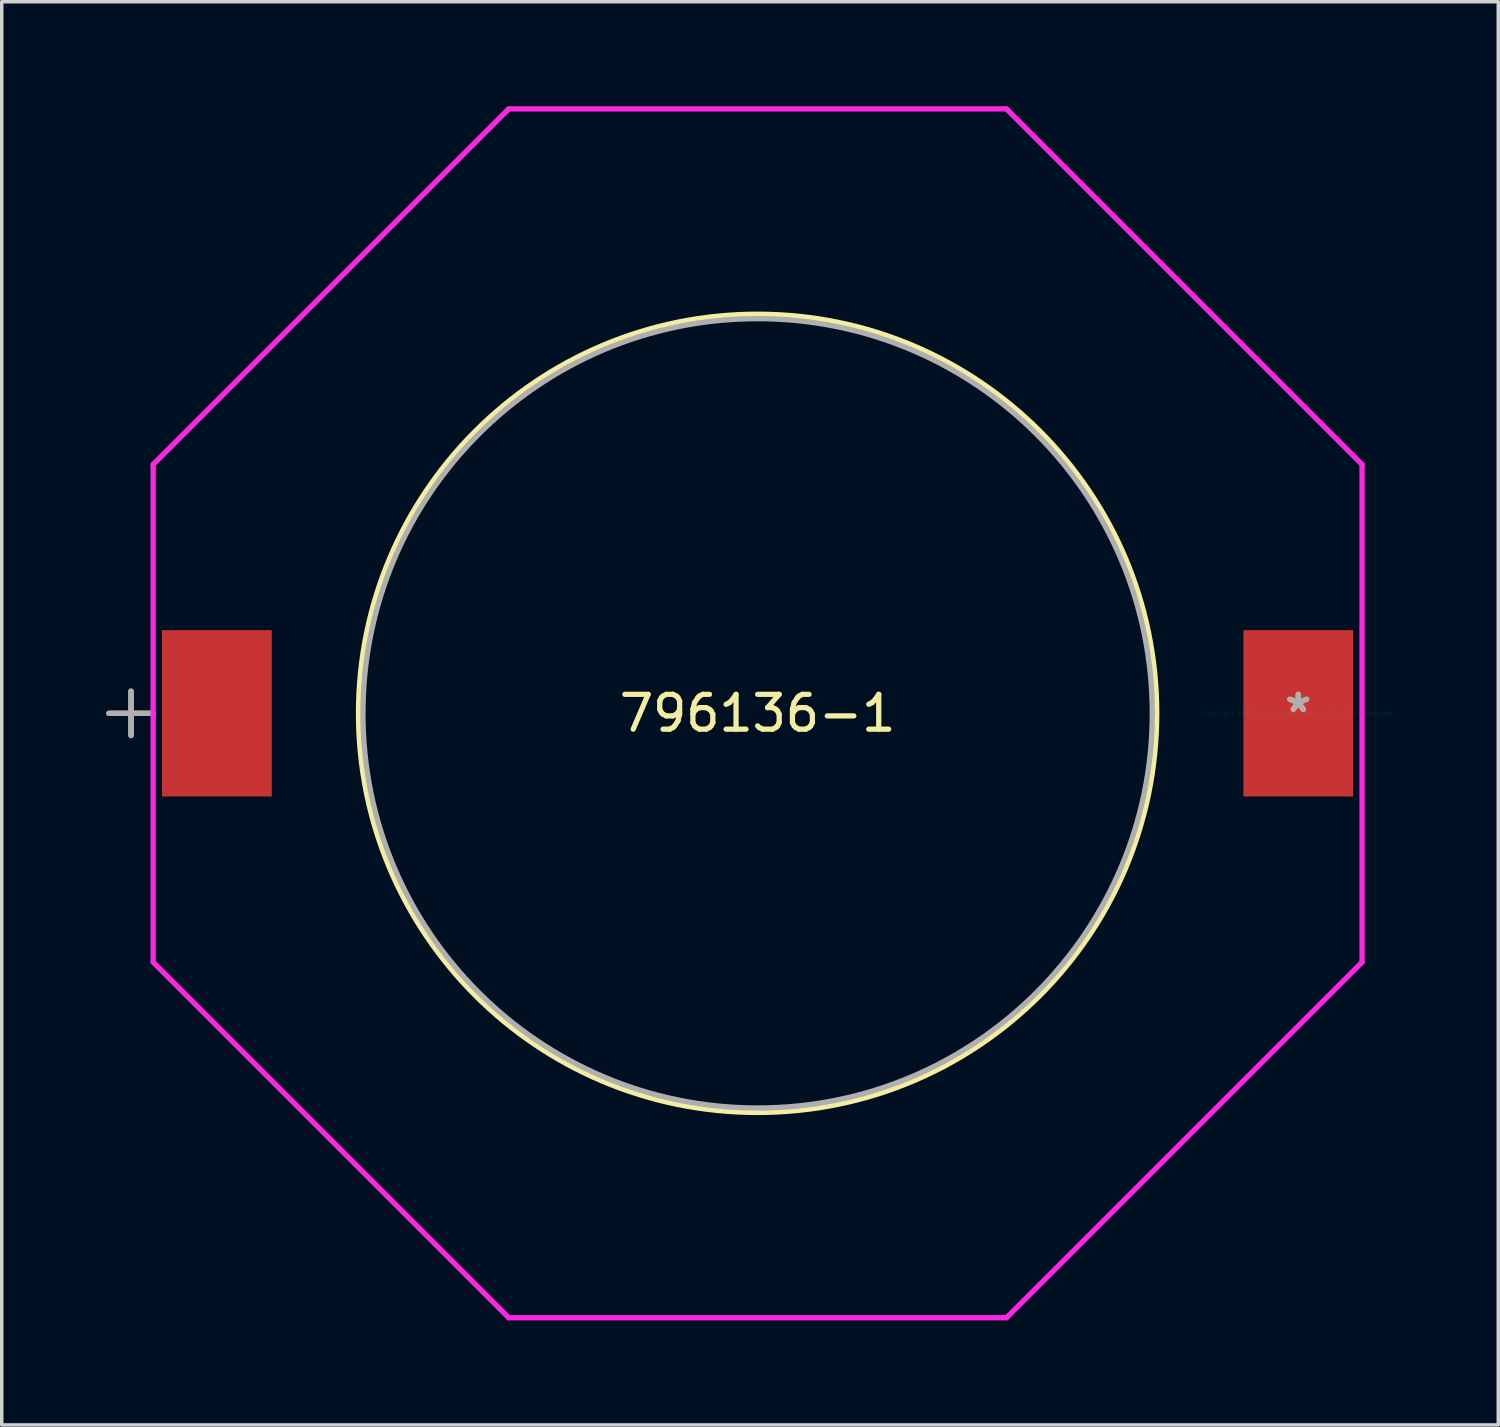
<source format=kicad_pcb>
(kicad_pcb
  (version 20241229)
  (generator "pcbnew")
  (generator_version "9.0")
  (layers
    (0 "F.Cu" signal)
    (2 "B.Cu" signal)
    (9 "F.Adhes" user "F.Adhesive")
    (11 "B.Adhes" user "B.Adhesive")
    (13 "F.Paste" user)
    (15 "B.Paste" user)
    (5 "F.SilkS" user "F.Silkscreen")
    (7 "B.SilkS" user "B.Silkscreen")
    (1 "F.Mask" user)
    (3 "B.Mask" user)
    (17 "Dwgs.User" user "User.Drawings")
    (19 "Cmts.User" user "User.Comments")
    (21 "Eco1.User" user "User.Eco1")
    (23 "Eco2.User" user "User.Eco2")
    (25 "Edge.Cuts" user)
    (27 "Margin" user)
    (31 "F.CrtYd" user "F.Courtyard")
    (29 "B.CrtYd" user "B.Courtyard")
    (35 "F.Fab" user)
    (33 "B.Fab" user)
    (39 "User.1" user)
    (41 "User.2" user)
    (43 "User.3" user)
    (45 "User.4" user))
  (footprint "796136-1"
    (layer "F.Cu")
    (at 34.214 17.424)
    (property "Reference" "796136-1" (at -15.519 0 0) (layer "F.SilkS") (effects (font (size 1 1) (thickness 0.15))))
    (attr through_hole)
    (fp_line (start -34.138 0) (end -32.946 0) (stroke (width 0.152) (type solid)) (layer "F.SilkS"))
    (fp_line (start -33.503 -0.635) (end -33.503 0.635) (stroke (width 0.152) (type solid)) (layer "F.SilkS"))
    (fp_circle (center -15.519 0) (end -4.064 0) (stroke (width 0.152) (type solid)) (fill no) (layer "F.SilkS"))
    (fp_line (start -32.868 -7.143) (end -22.663 -17.348) (stroke (width 0.152) (type solid)) (layer "F.CrtYd"))
    (fp_line (start -32.868 7.143) (end -32.868 -7.143) (stroke (width 0.152) (type solid)) (layer "F.CrtYd"))
    (fp_line (start -22.663 -17.348) (end -8.376 -17.348) (stroke (width 0.152) (type solid)) (layer "F.CrtYd"))
    (fp_line (start -22.663 17.348) (end -32.868 7.143) (stroke (width 0.152) (type solid)) (layer "F.CrtYd"))
    (fp_line (start -8.376 -17.348) (end 1.829 -7.143) (stroke (width 0.152) (type solid)) (layer "F.CrtYd"))
    (fp_line (start -8.376 17.348) (end -22.663 17.348) (stroke (width 0.152) (type solid)) (layer "F.CrtYd"))
    (fp_line (start 1.829 -7.143) (end 1.829 7.143) (stroke (width 0.152) (type solid)) (layer "F.CrtYd"))
    (fp_line (start 1.829 7.143) (end -8.376 17.348) (stroke (width 0.152) (type solid)) (layer "F.CrtYd"))
    (fp_line (start -34.138 0) (end -32.868 0) (stroke (width 0.152) (type solid)) (layer "F.Fab"))
    (fp_line (start -33.503 -0.635) (end -33.503 0.635) (stroke (width 0.152) (type solid)) (layer "F.Fab"))
    (fp_circle (center -15.519 0) (end -4.191 0) (stroke (width 0.152) (type solid)) (fill no) (layer "F.Fab"))
    (fp_text user "*" (at 0 0 0) (layer "F.SilkS") (effects (font (size 1 1) (thickness 0.15))))
    (fp_text user "Copyright 2016 Accelerated Designs. All rights reserved." (at 0 0 0) (layer "Cmts.User") (effects (font (size 0.127 0.127) (thickness 0.002))))
    (fp_text user "*" (at 0 0 0) (layer "F.Fab") (effects (font (size 1 1) (thickness 0.15))))
    (pad "1" smd rect (at -31.039 0) (size 3.15 4.775) (layers "F.Cu" "F.Mask" "F.Paste"))
    (pad "2" smd rect (at 0 0) (size 3.15 4.775) (layers "F.Cu" "F.Mask" "F.Paste")))
  (gr_rect
    (start -3 -3)
    (end 39.953 37.849)
    (stroke (width 0.1) (type default))
    (fill no)
    (layer "Edge.Cuts")))
</source>
